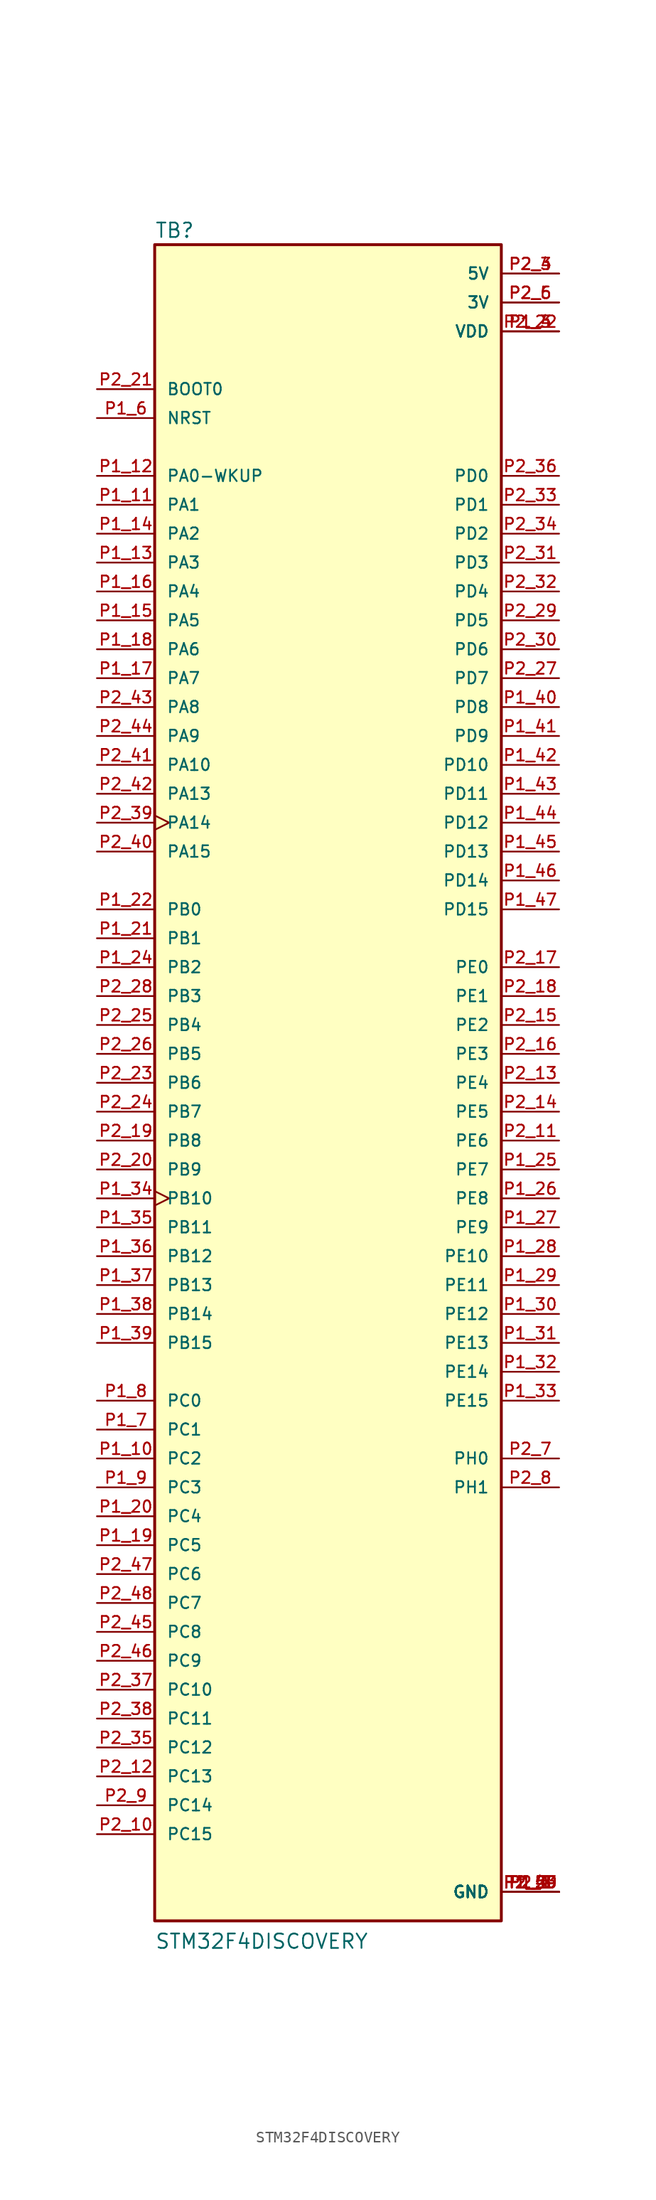
<source format=kicad_sym>
(kicad_symbol_lib
  (version 20231120)
  (generator "kicad_symbol_editor")
  (generator_version "8.0")
  (symbol "STM32F4DISCOVERY"
    (pin_names
      (offset 1.016))
    (property "Reference" "TB"
      (at -15.242 74.172 0)
      (effects (font (size 1.27 1.27)) (justify left bottom)))
    (property "Value" "STM32F4DISCOVERY"
      (at -15.24 -76.201 0)
      (effects (font (size 1.27 1.27)) (justify left bottom)))
    (symbol "STM32F4DISCOVERY_0_0"
      (rectangle (start -15.24 73.66) (end 15.24 -73.66) (stroke (width 0.254) (type default)) (fill (type background)))
      (pin power_in line (at 20.32 -71.12 180) (length 5.08) (name "GND" (effects (font (size 1.016 1.016)))) (number "P1_1" (effects (font (size 1.016 1.016)))))
      (pin bidirectional line (at -20.32 -33.02 0) (length 5.08) (name "PC2" (effects (font (size 1.016 1.016)))) (number "P1_10" (effects (font (size 1.016 1.016)))))
      (pin bidirectional line (at -20.32 50.8 0) (length 5.08) (name "PA1" (effects (font (size 1.016 1.016)))) (number "P1_11" (effects (font (size 1.016 1.016)))))
      (pin bidirectional line (at -20.32 53.34 0) (length 5.08) (name "PA0-WKUP" (effects (font (size 1.016 1.016)))) (number "P1_12" (effects (font (size 1.016 1.016)))))
      (pin bidirectional line (at -20.32 45.72 0) (length 5.08) (name "PA3" (effects (font (size 1.016 1.016)))) (number "P1_13" (effects (font (size 1.016 1.016)))))
      (pin bidirectional line (at -20.32 48.26 0) (length 5.08) (name "PA2" (effects (font (size 1.016 1.016)))) (number "P1_14" (effects (font (size 1.016 1.016)))))
      (pin bidirectional line (at -20.32 40.64 0) (length 5.08) (name "PA5" (effects (font (size 1.016 1.016)))) (number "P1_15" (effects (font (size 1.016 1.016)))))
      (pin bidirectional line (at -20.32 43.18 0) (length 5.08) (name "PA4" (effects (font (size 1.016 1.016)))) (number "P1_16" (effects (font (size 1.016 1.016)))))
      (pin bidirectional line (at -20.32 35.56 0) (length 5.08) (name "PA7" (effects (font (size 1.016 1.016)))) (number "P1_17" (effects (font (size 1.016 1.016)))))
      (pin bidirectional line (at -20.32 38.1 0) (length 5.08) (name "PA6" (effects (font (size 1.016 1.016)))) (number "P1_18" (effects (font (size 1.016 1.016)))))
      (pin bidirectional line (at -20.32 -40.64 0) (length 5.08) (name "PC5" (effects (font (size 1.016 1.016)))) (number "P1_19" (effects (font (size 1.016 1.016)))))
      (pin power_in line (at 20.32 -71.12 180) (length 5.08) (name "GND" (effects (font (size 1.016 1.016)))) (number "P1_2" (effects (font (size 1.016 1.016)))))
      (pin bidirectional line (at -20.32 -38.1 0) (length 5.08) (name "PC4" (effects (font (size 1.016 1.016)))) (number "P1_20" (effects (font (size 1.016 1.016)))))
      (pin bidirectional line (at -20.32 12.7 0) (length 5.08) (name "PB1" (effects (font (size 1.016 1.016)))) (number "P1_21" (effects (font (size 1.016 1.016)))))
      (pin bidirectional line (at -20.32 15.24 0) (length 5.08) (name "PB0" (effects (font (size 1.016 1.016)))) (number "P1_22" (effects (font (size 1.016 1.016)))))
      (pin power_in line (at 20.32 -71.12 180) (length 5.08) (name "GND" (effects (font (size 1.016 1.016)))) (number "P1_23" (effects (font (size 1.016 1.016)))))
      (pin bidirectional line (at -20.32 10.16 0) (length 5.08) (name "PB2" (effects (font (size 1.016 1.016)))) (number "P1_24" (effects (font (size 1.016 1.016)))))
      (pin bidirectional line (at 20.32 -7.62 180) (length 5.08) (name "PE7" (effects (font (size 1.016 1.016)))) (number "P1_25" (effects (font (size 1.016 1.016)))))
      (pin bidirectional line (at 20.32 -10.16 180) (length 5.08) (name "PE8" (effects (font (size 1.016 1.016)))) (number "P1_26" (effects (font (size 1.016 1.016)))))
      (pin bidirectional line (at 20.32 -12.7 180) (length 5.08) (name "PE9" (effects (font (size 1.016 1.016)))) (number "P1_27" (effects (font (size 1.016 1.016)))))
      (pin bidirectional line (at 20.32 -15.24 180) (length 5.08) (name "PE10" (effects (font (size 1.016 1.016)))) (number "P1_28" (effects (font (size 1.016 1.016)))))
      (pin bidirectional line (at 20.32 -17.78 180) (length 5.08) (name "PE11" (effects (font (size 1.016 1.016)))) (number "P1_29" (effects (font (size 1.016 1.016)))))
      (pin power_in line (at 20.32 66.04 180) (length 5.08) (name "VDD" (effects (font (size 1.016 1.016)))) (number "P1_3" (effects (font (size 1.016 1.016)))))
      (pin bidirectional line (at 20.32 -20.32 180) (length 5.08) (name "PE12" (effects (font (size 1.016 1.016)))) (number "P1_30" (effects (font (size 1.016 1.016)))))
      (pin bidirectional line (at 20.32 -22.86 180) (length 5.08) (name "PE13" (effects (font (size 1.016 1.016)))) (number "P1_31" (effects (font (size 1.016 1.016)))))
      (pin bidirectional line (at 20.32 -25.4 180) (length 5.08) (name "PE14" (effects (font (size 1.016 1.016)))) (number "P1_32" (effects (font (size 1.016 1.016)))))
      (pin bidirectional line (at 20.32 -27.94 180) (length 5.08) (name "PE15" (effects (font (size 1.016 1.016)))) (number "P1_33" (effects (font (size 1.016 1.016)))))
      (pin bidirectional clock (at -20.32 -10.16 0) (length 5.08) (name "PB10" (effects (font (size 1.016 1.016)))) (number "P1_34" (effects (font (size 1.016 1.016)))))
      (pin bidirectional line (at -20.32 -12.7 0) (length 5.08) (name "PB11" (effects (font (size 1.016 1.016)))) (number "P1_35" (effects (font (size 1.016 1.016)))))
      (pin bidirectional line (at -20.32 -15.24 0) (length 5.08) (name "PB12" (effects (font (size 1.016 1.016)))) (number "P1_36" (effects (font (size 1.016 1.016)))))
      (pin bidirectional line (at -20.32 -17.78 0) (length 5.08) (name "PB13" (effects (font (size 1.016 1.016)))) (number "P1_37" (effects (font (size 1.016 1.016)))))
      (pin bidirectional line (at -20.32 -20.32 0) (length 5.08) (name "PB14" (effects (font (size 1.016 1.016)))) (number "P1_38" (effects (font (size 1.016 1.016)))))
      (pin bidirectional line (at -20.32 -22.86 0) (length 5.08) (name "PB15" (effects (font (size 1.016 1.016)))) (number "P1_39" (effects (font (size 1.016 1.016)))))
      (pin power_in line (at 20.32 66.04 180) (length 5.08) (name "VDD" (effects (font (size 1.016 1.016)))) (number "P1_4" (effects (font (size 1.016 1.016)))))
      (pin bidirectional line (at 20.32 33.02 180) (length 5.08) (name "PD8" (effects (font (size 1.016 1.016)))) (number "P1_40" (effects (font (size 1.016 1.016)))))
      (pin bidirectional line (at 20.32 30.48 180) (length 5.08) (name "PD9" (effects (font (size 1.016 1.016)))) (number "P1_41" (effects (font (size 1.016 1.016)))))
      (pin bidirectional line (at 20.32 27.94 180) (length 5.08) (name "PD10" (effects (font (size 1.016 1.016)))) (number "P1_42" (effects (font (size 1.016 1.016)))))
      (pin bidirectional line (at 20.32 25.4 180) (length 5.08) (name "PD11" (effects (font (size 1.016 1.016)))) (number "P1_43" (effects (font (size 1.016 1.016)))))
      (pin bidirectional line (at 20.32 22.86 180) (length 5.08) (name "PD12" (effects (font (size 1.016 1.016)))) (number "P1_44" (effects (font (size 1.016 1.016)))))
      (pin bidirectional line (at 20.32 20.32 180) (length 5.08) (name "PD13" (effects (font (size 1.016 1.016)))) (number "P1_45" (effects (font (size 1.016 1.016)))))
      (pin bidirectional line (at 20.32 17.78 180) (length 5.08) (name "PD14" (effects (font (size 1.016 1.016)))) (number "P1_46" (effects (font (size 1.016 1.016)))))
      (pin bidirectional line (at 20.32 15.24 180) (length 5.08) (name "PD15" (effects (font (size 1.016 1.016)))) (number "P1_47" (effects (font (size 1.016 1.016)))))
      (pin power_in line (at 20.32 -71.12 180) (length 5.08) (name "GND" (effects (font (size 1.016 1.016)))) (number "P1_49" (effects (font (size 1.016 1.016)))))
      (pin power_in line (at 20.32 -71.12 180) (length 5.08) (name "GND" (effects (font (size 1.016 1.016)))) (number "P1_5" (effects (font (size 1.016 1.016)))))
      (pin power_in line (at 20.32 -71.12 180) (length 5.08) (name "GND" (effects (font (size 1.016 1.016)))) (number "P1_50" (effects (font (size 1.016 1.016)))))
      (pin input line (at -20.32 58.42 0) (length 5.08) (name "NRST" (effects (font (size 1.016 1.016)))) (number "P1_6" (effects (font (size 1.016 1.016)))))
      (pin bidirectional line (at -20.32 -30.48 0) (length 5.08) (name "PC1" (effects (font (size 1.016 1.016)))) (number "P1_7" (effects (font (size 1.016 1.016)))))
      (pin bidirectional line (at -20.32 -27.94 0) (length 5.08) (name "PC0" (effects (font (size 1.016 1.016)))) (number "P1_8" (effects (font (size 1.016 1.016)))))
      (pin bidirectional line (at -20.32 -35.56 0) (length 5.08) (name "PC3" (effects (font (size 1.016 1.016)))) (number "P1_9" (effects (font (size 1.016 1.016)))))
      (pin power_in line (at 20.32 -71.12 180) (length 5.08) (name "GND" (effects (font (size 1.016 1.016)))) (number "P2_1" (effects (font (size 1.016 1.016)))))
      (pin bidirectional line (at -20.32 -66.04 0) (length 5.08) (name "PC15" (effects (font (size 1.016 1.016)))) (number "P2_10" (effects (font (size 1.016 1.016)))))
      (pin bidirectional line (at 20.32 -5.08 180) (length 5.08) (name "PE6" (effects (font (size 1.016 1.016)))) (number "P2_11" (effects (font (size 1.016 1.016)))))
      (pin bidirectional line (at -20.32 -60.96 0) (length 5.08) (name "PC13" (effects (font (size 1.016 1.016)))) (number "P2_12" (effects (font (size 1.016 1.016)))))
      (pin bidirectional line (at 20.32 0 180) (length 5.08) (name "PE4" (effects (font (size 1.016 1.016)))) (number "P2_13" (effects (font (size 1.016 1.016)))))
      (pin bidirectional line (at 20.32 -2.54 180) (length 5.08) (name "PE5" (effects (font (size 1.016 1.016)))) (number "P2_14" (effects (font (size 1.016 1.016)))))
      (pin bidirectional line (at 20.32 5.08 180) (length 5.08) (name "PE2" (effects (font (size 1.016 1.016)))) (number "P2_15" (effects (font (size 1.016 1.016)))))
      (pin bidirectional line (at 20.32 2.54 180) (length 5.08) (name "PE3" (effects (font (size 1.016 1.016)))) (number "P2_16" (effects (font (size 1.016 1.016)))))
      (pin bidirectional line (at 20.32 10.16 180) (length 5.08) (name "PE0" (effects (font (size 1.016 1.016)))) (number "P2_17" (effects (font (size 1.016 1.016)))))
      (pin bidirectional line (at 20.32 7.62 180) (length 5.08) (name "PE1" (effects (font (size 1.016 1.016)))) (number "P2_18" (effects (font (size 1.016 1.016)))))
      (pin bidirectional line (at -20.32 -5.08 0) (length 5.08) (name "PB8" (effects (font (size 1.016 1.016)))) (number "P2_19" (effects (font (size 1.016 1.016)))))
      (pin power_in line (at 20.32 -71.12 180) (length 5.08) (name "GND" (effects (font (size 1.016 1.016)))) (number "P2_2" (effects (font (size 1.016 1.016)))))
      (pin bidirectional line (at -20.32 -7.62 0) (length 5.08) (name "PB9" (effects (font (size 1.016 1.016)))) (number "P2_20" (effects (font (size 1.016 1.016)))))
      (pin input line (at -20.32 60.96 0) (length 5.08) (name "BOOT0" (effects (font (size 1.016 1.016)))) (number "P2_21" (effects (font (size 1.016 1.016)))))
      (pin power_in line (at 20.32 66.04 180) (length 5.08) (name "VDD" (effects (font (size 1.016 1.016)))) (number "P2_22" (effects (font (size 1.016 1.016)))))
      (pin bidirectional line (at -20.32 0 0) (length 5.08) (name "PB6" (effects (font (size 1.016 1.016)))) (number "P2_23" (effects (font (size 1.016 1.016)))))
      (pin bidirectional line (at -20.32 -2.54 0) (length 5.08) (name "PB7" (effects (font (size 1.016 1.016)))) (number "P2_24" (effects (font (size 1.016 1.016)))))
      (pin bidirectional line (at -20.32 5.08 0) (length 5.08) (name "PB4" (effects (font (size 1.016 1.016)))) (number "P2_25" (effects (font (size 1.016 1.016)))))
      (pin bidirectional line (at -20.32 2.54 0) (length 5.08) (name "PB5" (effects (font (size 1.016 1.016)))) (number "P2_26" (effects (font (size 1.016 1.016)))))
      (pin bidirectional line (at 20.32 35.56 180) (length 5.08) (name "PD7" (effects (font (size 1.016 1.016)))) (number "P2_27" (effects (font (size 1.016 1.016)))))
      (pin bidirectional line (at -20.32 7.62 0) (length 5.08) (name "PB3" (effects (font (size 1.016 1.016)))) (number "P2_28" (effects (font (size 1.016 1.016)))))
      (pin bidirectional line (at 20.32 40.64 180) (length 5.08) (name "PD5" (effects (font (size 1.016 1.016)))) (number "P2_29" (effects (font (size 1.016 1.016)))))
      (pin power_in line (at 20.32 71.12 180) (length 5.08) (name "5V" (effects (font (size 1.016 1.016)))) (number "P2_3" (effects (font (size 1.016 1.016)))))
      (pin bidirectional line (at 20.32 38.1 180) (length 5.08) (name "PD6" (effects (font (size 1.016 1.016)))) (number "P2_30" (effects (font (size 1.016 1.016)))))
      (pin bidirectional line (at 20.32 45.72 180) (length 5.08) (name "PD3" (effects (font (size 1.016 1.016)))) (number "P2_31" (effects (font (size 1.016 1.016)))))
      (pin bidirectional line (at 20.32 43.18 180) (length 5.08) (name "PD4" (effects (font (size 1.016 1.016)))) (number "P2_32" (effects (font (size 1.016 1.016)))))
      (pin bidirectional line (at 20.32 50.8 180) (length 5.08) (name "PD1" (effects (font (size 1.016 1.016)))) (number "P2_33" (effects (font (size 1.016 1.016)))))
      (pin bidirectional line (at 20.32 48.26 180) (length 5.08) (name "PD2" (effects (font (size 1.016 1.016)))) (number "P2_34" (effects (font (size 1.016 1.016)))))
      (pin bidirectional line (at -20.32 -58.42 0) (length 5.08) (name "PC12" (effects (font (size 1.016 1.016)))) (number "P2_35" (effects (font (size 1.016 1.016)))))
      (pin bidirectional line (at 20.32 53.34 180) (length 5.08) (name "PD0" (effects (font (size 1.016 1.016)))) (number "P2_36" (effects (font (size 1.016 1.016)))))
      (pin bidirectional line (at -20.32 -53.34 0) (length 5.08) (name "PC10" (effects (font (size 1.016 1.016)))) (number "P2_37" (effects (font (size 1.016 1.016)))))
      (pin bidirectional line (at -20.32 -55.88 0) (length 5.08) (name "PC11" (effects (font (size 1.016 1.016)))) (number "P2_38" (effects (font (size 1.016 1.016)))))
      (pin bidirectional clock (at -20.32 22.86 0) (length 5.08) (name "PA14" (effects (font (size 1.016 1.016)))) (number "P2_39" (effects (font (size 1.016 1.016)))))
      (pin power_in line (at 20.32 71.12 180) (length 5.08) (name "5V" (effects (font (size 1.016 1.016)))) (number "P2_4" (effects (font (size 1.016 1.016)))))
      (pin bidirectional line (at -20.32 20.32 0) (length 5.08) (name "PA15" (effects (font (size 1.016 1.016)))) (number "P2_40" (effects (font (size 1.016 1.016)))))
      (pin bidirectional line (at -20.32 27.94 0) (length 5.08) (name "PA10" (effects (font (size 1.016 1.016)))) (number "P2_41" (effects (font (size 1.016 1.016)))))
      (pin bidirectional line (at -20.32 25.4 0) (length 5.08) (name "PA13" (effects (font (size 1.016 1.016)))) (number "P2_42" (effects (font (size 1.016 1.016)))))
      (pin bidirectional line (at -20.32 33.02 0) (length 5.08) (name "PA8" (effects (font (size 1.016 1.016)))) (number "P2_43" (effects (font (size 1.016 1.016)))))
      (pin bidirectional line (at -20.32 30.48 0) (length 5.08) (name "PA9" (effects (font (size 1.016 1.016)))) (number "P2_44" (effects (font (size 1.016 1.016)))))
      (pin bidirectional line (at -20.32 -48.26 0) (length 5.08) (name "PC8" (effects (font (size 1.016 1.016)))) (number "P2_45" (effects (font (size 1.016 1.016)))))
      (pin bidirectional line (at -20.32 -50.8 0) (length 5.08) (name "PC9" (effects (font (size 1.016 1.016)))) (number "P2_46" (effects (font (size 1.016 1.016)))))
      (pin bidirectional line (at -20.32 -43.18 0) (length 5.08) (name "PC6" (effects (font (size 1.016 1.016)))) (number "P2_47" (effects (font (size 1.016 1.016)))))
      (pin bidirectional line (at -20.32 -45.72 0) (length 5.08) (name "PC7" (effects (font (size 1.016 1.016)))) (number "P2_48" (effects (font (size 1.016 1.016)))))
      (pin power_in line (at 20.32 -71.12 180) (length 5.08) (name "GND" (effects (font (size 1.016 1.016)))) (number "P2_49" (effects (font (size 1.016 1.016)))))
      (pin power_in line (at 20.32 68.58 180) (length 5.08) (name "3V" (effects (font (size 1.016 1.016)))) (number "P2_5" (effects (font (size 1.016 1.016)))))
      (pin power_in line (at 20.32 -71.12 180) (length 5.08) (name "GND" (effects (font (size 1.016 1.016)))) (number "P2_50" (effects (font (size 1.016 1.016)))))
      (pin power_in line (at 20.32 68.58 180) (length 5.08) (name "3V" (effects (font (size 1.016 1.016)))) (number "P2_6" (effects (font (size 1.016 1.016)))))
      (pin bidirectional line (at 20.32 -33.02 180) (length 5.08) (name "PH0" (effects (font (size 1.016 1.016)))) (number "P2_7" (effects (font (size 1.016 1.016)))))
      (pin bidirectional line (at 20.32 -35.56 180) (length 5.08) (name "PH1" (effects (font (size 1.016 1.016)))) (number "P2_8" (effects (font (size 1.016 1.016)))))
      (pin bidirectional line (at -20.32 -63.5 0) (length 5.08) (name "PC14" (effects (font (size 1.016 1.016)))) (number "P2_9" (effects (font (size 1.016 1.016))))))))
</source>
